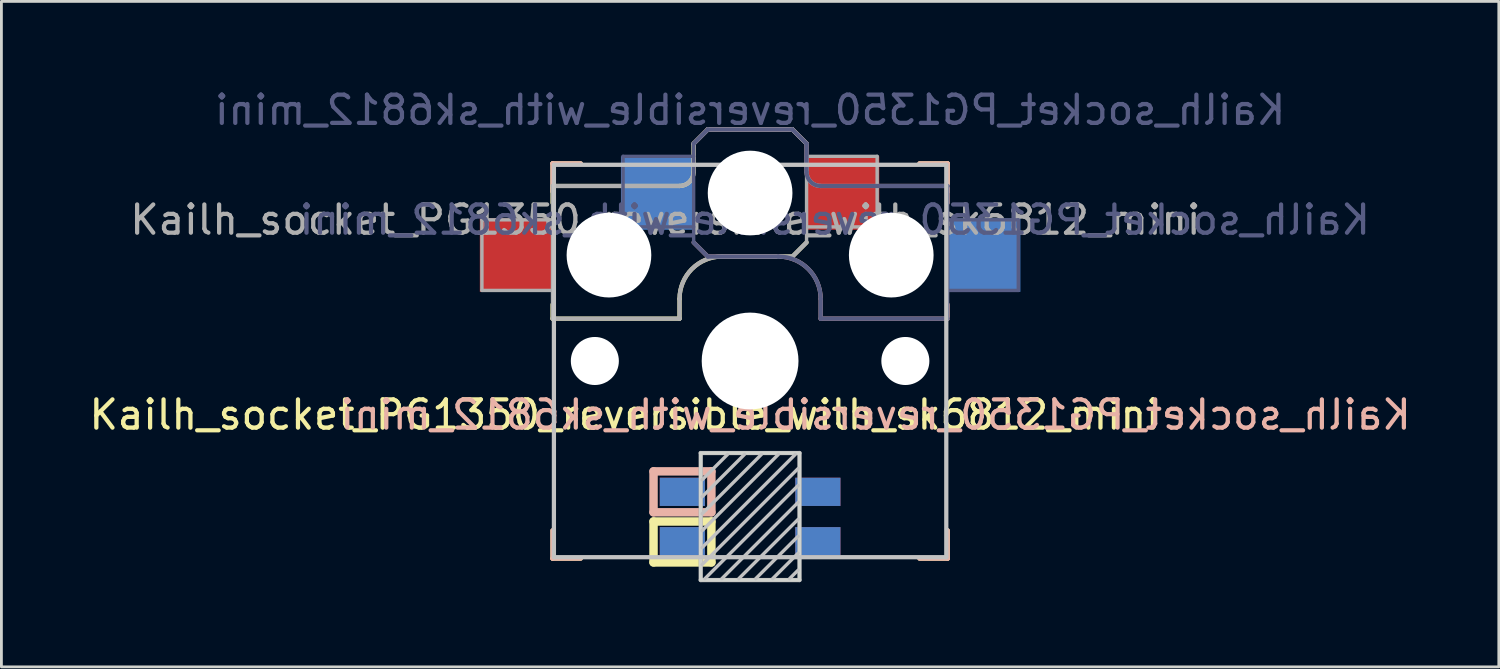
<source format=kicad_pcb>
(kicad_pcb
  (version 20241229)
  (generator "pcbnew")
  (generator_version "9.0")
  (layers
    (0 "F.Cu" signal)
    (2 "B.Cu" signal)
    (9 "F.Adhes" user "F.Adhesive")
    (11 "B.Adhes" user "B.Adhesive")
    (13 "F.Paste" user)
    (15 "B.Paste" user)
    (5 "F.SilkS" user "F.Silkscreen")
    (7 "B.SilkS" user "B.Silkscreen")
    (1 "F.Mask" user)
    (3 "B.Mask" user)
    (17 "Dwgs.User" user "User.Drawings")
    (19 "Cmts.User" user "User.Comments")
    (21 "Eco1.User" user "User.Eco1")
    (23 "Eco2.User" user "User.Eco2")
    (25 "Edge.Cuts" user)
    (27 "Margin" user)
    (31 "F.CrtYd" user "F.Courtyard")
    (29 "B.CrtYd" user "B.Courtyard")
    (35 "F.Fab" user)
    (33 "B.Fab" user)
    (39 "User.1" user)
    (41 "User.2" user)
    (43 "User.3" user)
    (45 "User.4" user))
  (footprint "Kailh_socket_PG1350_reversible_with_sk6812_mini"
    (layer "F.Cu")
    (at 23.522 9.748)
    (property "Reference" "Kailh_socket_PG1350_reversible_with_sk6812_mini" (at -4.445 1.895 180) (layer "F.SilkS") (effects (font (size 1 1) (thickness 0.15))))
    (property "Value" "Kailh_socket_PG1350_reversible_with_sk6812_mini" (at 0 -8.9 180) (layer "F.Fab") (hide yes) (effects (font (size 1 1) (thickness 0.15))))
    (attr smd)
    (fp_line (start -7 -7.01) (end -6 -7.01) (stroke (width 0.15) (type solid)) (layer "F.SilkS"))
    (fp_line (start -7 -6.21) (end -2.5 -6.21) (stroke (width 0.15) (type solid)) (layer "F.SilkS"))
    (fp_line (start -7 -6.01) (end -7 -7.01) (stroke (width 0.15) (type solid)) (layer "F.SilkS"))
    (fp_line (start -7 -5.61) (end -7 -6.21) (stroke (width 0.15) (type solid)) (layer "F.SilkS"))
    (fp_line (start -7 -1.51) (end -7 -2.01) (stroke (width 0.15) (type solid)) (layer "F.SilkS"))
    (fp_line (start -7 6.99) (end -7 5.99) (stroke (width 0.15) (type solid)) (layer "F.SilkS"))
    (fp_line (start -6 6.99) (end -7 6.99) (stroke (width 0.15) (type solid)) (layer "F.SilkS"))
    (fp_line (start -3.421 5.675) (end -1.371 5.675) (stroke (width 0.3) (type solid)) (layer "F.SilkS"))
    (fp_line (start -3.421 7.125) (end -3.421 5.675) (stroke (width 0.3) (type solid)) (layer "F.SilkS"))
    (fp_line (start -2.5 -2.21) (end -2.5 -1.51) (stroke (width 0.15) (type solid)) (layer "F.SilkS"))
    (fp_line (start -2.5 -1.51) (end -7 -1.51) (stroke (width 0.15) (type solid)) (layer "F.SilkS"))
    (fp_line (start -2 -6.71) (end -2 -7.71) (stroke (width 0.15) (type solid)) (layer "F.SilkS"))
    (fp_line (start -1.5 -8.21) (end -2 -7.71) (stroke (width 0.15) (type solid)) (layer "F.SilkS"))
    (fp_line (start -1.371 5.675) (end -1.371 7.125) (stroke (width 0.3) (type solid)) (layer "F.SilkS"))
    (fp_line (start -1.371 7.125) (end -3.421 7.125) (stroke (width 0.3) (type solid)) (layer "F.SilkS"))
    (fp_line (start 1.5 -8.21) (end -1.5 -8.21) (stroke (width 0.15) (type solid)) (layer "F.SilkS"))
    (fp_line (start 1.5 -3.71) (end -1 -3.71) (stroke (width 0.15) (type solid)) (layer "F.SilkS"))
    (fp_line (start 2 -7.71) (end 1.5 -8.21) (stroke (width 0.15) (type solid)) (layer "F.SilkS"))
    (fp_line (start 2 -4.21) (end 1.5 -3.71) (stroke (width 0.15) (type solid)) (layer "F.SilkS"))
    (fp_line (start 6 -7.01) (end 7 -7.01) (stroke (width 0.15) (type solid)) (layer "F.SilkS"))
    (fp_line (start 7 -7.01) (end 7 -6.01) (stroke (width 0.15) (type solid)) (layer "F.SilkS"))
    (fp_line (start 7 5.99) (end 7 6.99) (stroke (width 0.15) (type solid)) (layer "F.SilkS"))
    (fp_line (start 7 6.99) (end 6 6.99) (stroke (width 0.15) (type solid)) (layer "F.SilkS"))
    (fp_arc (start -2.5 -2.21) (mid -2.06066 -3.27066) (end -1 -3.71) (stroke (width 0.15) (type solid)) (layer "F.SilkS"))
    (fp_arc (start -2 -6.71) (mid -2.146447 -6.356447) (end -2.5 -6.21) (stroke (width 0.15) (type solid)) (layer "F.SilkS"))
    (fp_line (start -7 -7.01) (end -6 -7.01) (stroke (width 0.15) (type solid)) (layer "B.SilkS"))
    (fp_line (start -7 -6.01) (end -7 -7.01) (stroke (width 0.15) (type solid)) (layer "B.SilkS"))
    (fp_line (start -7 6.99) (end -7 5.99) (stroke (width 0.15) (type solid)) (layer "B.SilkS"))
    (fp_line (start -6 6.99) (end -7 6.99) (stroke (width 0.15) (type solid)) (layer "B.SilkS"))
    (fp_line (start -3.421 3.9) (end -1.371 3.9) (stroke (width 0.3) (type solid)) (layer "B.SilkS"))
    (fp_line (start -3.421 5.35) (end -3.421 3.9) (stroke (width 0.3) (type solid)) (layer "B.SilkS"))
    (fp_line (start -2 -7.71) (end -1.5 -8.21) (stroke (width 0.15) (type solid)) (layer "B.SilkS"))
    (fp_line (start -2 -4.21) (end -1.5 -3.71) (stroke (width 0.15) (type solid)) (layer "B.SilkS"))
    (fp_line (start -1.5 -8.21) (end 1.5 -8.21) (stroke (width 0.15) (type solid)) (layer "B.SilkS"))
    (fp_line (start -1.5 -3.71) (end 1 -3.71) (stroke (width 0.15) (type solid)) (layer "B.SilkS"))
    (fp_line (start -1.371 3.9) (end -1.371 5.35) (stroke (width 0.3) (type solid)) (layer "B.SilkS"))
    (fp_line (start -1.371 5.35) (end -3.421 5.35) (stroke (width 0.3) (type solid)) (layer "B.SilkS"))
    (fp_line (start 1.5 -8.21) (end 2 -7.71) (stroke (width 0.15) (type solid)) (layer "B.SilkS"))
    (fp_line (start 2 -6.71) (end 2 -7.71) (stroke (width 0.15) (type solid)) (layer "B.SilkS"))
    (fp_line (start 2.5 -2.21) (end 2.5 -1.51) (stroke (width 0.15) (type solid)) (layer "B.SilkS"))
    (fp_line (start 2.5 -1.51) (end 7 -1.51) (stroke (width 0.15) (type solid)) (layer "B.SilkS"))
    (fp_line (start 6 -7.01) (end 7 -7.01) (stroke (width 0.15) (type solid)) (layer "B.SilkS"))
    (fp_line (start 7 -7.01) (end 7 -6.01) (stroke (width 0.15) (type solid)) (layer "B.SilkS"))
    (fp_line (start 7 -6.21) (end 2.5 -6.21) (stroke (width 0.15) (type solid)) (layer "B.SilkS"))
    (fp_line (start 7 -5.61) (end 7 -6.21) (stroke (width 0.15) (type solid)) (layer "B.SilkS"))
    (fp_line (start 7 -1.51) (end 7 -2.01) (stroke (width 0.15) (type solid)) (layer "B.SilkS"))
    (fp_line (start 7 5.99) (end 7 6.99) (stroke (width 0.15) (type solid)) (layer "B.SilkS"))
    (fp_line (start 7 6.99) (end 6 6.99) (stroke (width 0.15) (type solid)) (layer "B.SilkS"))
    (fp_arc (start 1 -3.71) (mid 2.06066 -3.27066) (end 2.5 -2.21) (stroke (width 0.15) (type solid)) (layer "B.SilkS"))
    (fp_arc (start 2.5 -6.21) (mid 2.146447 -6.356447) (end 2 -6.71) (stroke (width 0.15) (type solid)) (layer "B.SilkS"))
    (fp_line (start -6.95 6.94) (end -6.95 -6.96) (stroke (width 0.15) (type solid)) (layer "Dwgs.User"))
    (fp_line (start -6.95 6.94) (end 6.95 6.94) (stroke (width 0.15) (type solid)) (layer "Dwgs.User"))
    (fp_line (start -0.8 3.3) (end -1.7 4.2) (stroke (width 0.12) (type solid)) (layer "Dwgs.User"))
    (fp_line (start -0.2 3.3) (end -1.7 4.8) (stroke (width 0.12) (type solid)) (layer "Dwgs.User"))
    (fp_line (start 0.4 3.3) (end -1.7 5.4) (stroke (width 0.12) (type solid)) (layer "Dwgs.User"))
    (fp_line (start 1 3.3) (end -1.7 6) (stroke (width 0.12) (type solid)) (layer "Dwgs.User"))
    (fp_line (start 1.6 3.3) (end -1.7 6.6) (stroke (width 0.12) (type solid)) (layer "Dwgs.User"))
    (fp_line (start 1.7 3.8) (end -1.7 7.2) (stroke (width 0.12) (type solid)) (layer "Dwgs.User"))
    (fp_line (start 1.7 4.4) (end -1.6 7.7) (stroke (width 0.12) (type solid)) (layer "Dwgs.User"))
    (fp_line (start 1.7 5) (end -1 7.7) (stroke (width 0.12) (type solid)) (layer "Dwgs.User"))
    (fp_line (start 1.7 5.6) (end -0.4 7.7) (stroke (width 0.12) (type solid)) (layer "Dwgs.User"))
    (fp_line (start 1.7 6.2) (end 0.2 7.7) (stroke (width 0.12) (type solid)) (layer "Dwgs.User"))
    (fp_line (start 1.7 6.8) (end 0.8 7.7) (stroke (width 0.12) (type solid)) (layer "Dwgs.User"))
    (fp_line (start 1.7 7.4) (end 1.4 7.7) (stroke (width 0.12) (type solid)) (layer "Dwgs.User"))
    (fp_line (start 6.95 -6.96) (end -6.95 -6.96) (stroke (width 0.15) (type solid)) (layer "Dwgs.User"))
    (fp_line (start 6.95 -6.96) (end 6.95 6.94) (stroke (width 0.15) (type solid)) (layer "Dwgs.User"))
    (fp_rect (start 1.75 7.75) (end -1.75 3.25) (stroke (width 0.12) (type solid)) (fill no) (layer "Edge.Cuts"))
    (fp_line (start -4.5 -7.26) (end -2 -7.26) (stroke (width 0.12) (type solid)) (layer "B.Fab"))
    (fp_line (start -4.5 -4.76) (end -4.5 -7.26) (stroke (width 0.12) (type solid)) (layer "B.Fab"))
    (fp_line (start -2 -7.71) (end -1.5 -8.21) (stroke (width 0.15) (type solid)) (layer "B.Fab"))
    (fp_line (start -2 -4.76) (end -4.5 -4.76) (stroke (width 0.12) (type solid)) (layer "B.Fab"))
    (fp_line (start -2 -4.26) (end -2 -7.71) (stroke (width 0.12) (type solid)) (layer "B.Fab"))
    (fp_line (start -2 -4.21) (end -1.5 -3.71) (stroke (width 0.15) (type solid)) (layer "B.Fab"))
    (fp_line (start -1.5 -8.21) (end 1.5 -8.21) (stroke (width 0.15) (type solid)) (layer "B.Fab"))
    (fp_line (start -1.5 -3.71) (end 1 -3.71) (stroke (width 0.15) (type solid)) (layer "B.Fab"))
    (fp_line (start 1.5 -8.21) (end 2 -7.71) (stroke (width 0.15) (type solid)) (layer "B.Fab"))
    (fp_line (start 2 -6.71) (end 2 -7.71) (stroke (width 0.15) (type solid)) (layer "B.Fab"))
    (fp_line (start 2.5 -2.21) (end 2.5 -1.51) (stroke (width 0.15) (type solid)) (layer "B.Fab"))
    (fp_line (start 2.5 -1.51) (end 7 -1.51) (stroke (width 0.15) (type solid)) (layer "B.Fab"))
    (fp_line (start 7 -6.21) (end 2.5 -6.21) (stroke (width 0.15) (type solid)) (layer "B.Fab"))
    (fp_line (start 7 -5.01) (end 9.5 -5.01) (stroke (width 0.12) (type solid)) (layer "B.Fab"))
    (fp_line (start 7 -1.51) (end 7 -6.21) (stroke (width 0.12) (type solid)) (layer "B.Fab"))
    (fp_line (start 9.5 -5.01) (end 9.5 -2.51) (stroke (width 0.12) (type solid)) (layer "B.Fab"))
    (fp_line (start 9.5 -2.51) (end 7 -2.51) (stroke (width 0.12) (type solid)) (layer "B.Fab"))
    (fp_arc (start 1 -3.71) (mid 2.06066 -3.27066) (end 2.5 -2.21) (stroke (width 0.15) (type solid)) (layer "B.Fab"))
    (fp_arc (start 2.5 -6.21) (mid 2.146447 -6.356447) (end 2 -6.71) (stroke (width 0.15) (type solid)) (layer "B.Fab"))
    (fp_line (start -9.5 -5.01) (end -9.5 -2.51) (stroke (width 0.12) (type solid)) (layer "F.Fab"))
    (fp_line (start -9.5 -2.51) (end -7 -2.51) (stroke (width 0.12) (type solid)) (layer "F.Fab"))
    (fp_line (start -7 -6.21) (end -2.5 -6.21) (stroke (width 0.15) (type solid)) (layer "F.Fab"))
    (fp_line (start -7 -5.01) (end -9.5 -5.01) (stroke (width 0.12) (type solid)) (layer "F.Fab"))
    (fp_line (start -7 -1.51) (end -7 -6.21) (stroke (width 0.12) (type solid)) (layer "F.Fab"))
    (fp_line (start -2.5 -2.21) (end -2.5 -1.51) (stroke (width 0.15) (type solid)) (layer "F.Fab"))
    (fp_line (start -2.5 -1.51) (end -7 -1.51) (stroke (width 0.15) (type solid)) (layer "F.Fab"))
    (fp_line (start -2 -6.71) (end -2 -7.71) (stroke (width 0.15) (type solid)) (layer "F.Fab"))
    (fp_line (start -1.75 3.25) (end -1.75 7.75) (stroke (width 0.15) (type solid)) (layer "F.Fab"))
    (fp_line (start -1.75 3.25) (end 1.75 3.25) (stroke (width 0.15) (type solid)) (layer "F.Fab"))
    (fp_line (start -1.5 -8.21) (end -2 -7.71) (stroke (width 0.15) (type solid)) (layer "F.Fab"))
    (fp_line (start 1.5 -8.21) (end -1.5 -8.21) (stroke (width 0.15) (type solid)) (layer "F.Fab"))
    (fp_line (start 1.5 -3.71) (end -1 -3.71) (stroke (width 0.15) (type solid)) (layer "F.Fab"))
    (fp_line (start 1.75 3.25) (end 1.75 7.75) (stroke (width 0.15) (type solid)) (layer "F.Fab"))
    (fp_line (start 1.75 7.75) (end -1.75 7.75) (stroke (width 0.15) (type solid)) (layer "F.Fab"))
    (fp_line (start 2 -7.71) (end 1.5 -8.21) (stroke (width 0.15) (type solid)) (layer "F.Fab"))
    (fp_line (start 2 -4.76) (end 4.5 -4.76) (stroke (width 0.12) (type solid)) (layer "F.Fab"))
    (fp_line (start 2 -4.26) (end 2 -7.71) (stroke (width 0.12) (type solid)) (layer "F.Fab"))
    (fp_line (start 2 -4.21) (end 1.5 -3.71) (stroke (width 0.15) (type solid)) (layer "F.Fab"))
    (fp_line (start 4.5 -7.26) (end 2 -7.26) (stroke (width 0.12) (type solid)) (layer "F.Fab"))
    (fp_line (start 4.5 -4.76) (end 4.5 -7.26) (stroke (width 0.12) (type solid)) (layer "F.Fab"))
    (fp_arc (start -2.5 -2.21) (mid -2.06066 -3.27066) (end -1 -3.71) (stroke (width 0.15) (type solid)) (layer "F.Fab"))
    (fp_arc (start -2 -6.71) (mid -2.146447 -6.356447) (end -2.5 -6.21) (stroke (width 0.15) (type solid)) (layer "F.Fab"))
    (fp_text user "${REFERENCE}" (at 4.445 1.895 180) (layer "B.SilkS") (effects (font (size 1 1) (thickness 0.15)) (justify mirror)))
    (fp_text user "${VALUE}" (at 0 -8.9 180) (layer "B.Fab") (effects (font (size 1 1) (thickness 0.15)) (justify mirror)))
    (fp_text user "${REFERENCE}" (at 3 -5.01 180) (layer "B.Fab") (effects (font (size 1 1) (thickness 0.15)) (justify mirror)))
    (fp_text user "${REFERENCE}" (at -3 -5.01 0) (layer "F.Fab") (effects (font (size 1 1) (thickness 0.15))))
    (pad "" np_thru_hole circle (at -5.5 -0.01 180) (size 1.702 1.702) (drill 1.702) (layers "*.Cu" "*.Mask"))
    (pad "" np_thru_hole circle (at -5 -3.76 180) (size 3 3) (drill 3) (layers "*.Cu" "*.Mask"))
    (pad "" np_thru_hole circle (at 0 -5.96 180) (size 3 3) (drill 3) (layers "*.Cu" "*.Mask"))
    (pad "" np_thru_hole circle (at 0 -0.01 180) (size 3.429 3.429) (drill 3.429) (layers "*.Cu" "*.Mask"))
    (pad "" np_thru_hole circle (at 5 -3.76 180) (size 3 3) (drill 3) (layers "*.Cu" "*.Mask"))
    (pad "" np_thru_hole circle (at 5.5 -0.01 180) (size 1.702 1.702) (drill 1.702) (layers "*.Cu" "*.Mask"))
    (pad "1" smd rect (at -2.4 4.625) (size 1.6 1) (layers "B.Cu" "B.Mask" "B.Paste"))
    (pad "1" smd rect (at -2.4 6.375) (size 1.6 1) (layers "F.Cu" "F.Mask" "F.Paste"))
    (pad "2" smd rect (at -2.4 4.625) (size 1.6 1) (layers "F.Cu" "F.Mask" "F.Paste"))
    (pad "2" smd rect (at -2.4 6.375) (size 1.6 1) (layers "B.Cu" "B.Mask" "B.Paste"))
    (pad "3" smd rect (at 2.4 4.625) (size 1.6 1) (layers "F.Cu" "F.Mask" "F.Paste"))
    (pad "3" smd rect (at 2.4 6.375) (size 1.6 1) (layers "B.Cu" "B.Mask" "B.Paste"))
    (pad "4" smd rect (at 2.4 4.625) (size 1.6 1) (layers "B.Cu" "B.Mask" "B.Paste"))
    (pad "4" smd rect (at 2.4 6.375) (size 1.6 1) (layers "F.Cu" "F.Mask" "F.Paste"))
    (pad "5" smd rect (at -3.275 -5.96 180) (size 2.6 2.6) (layers "B.Cu" "B.Mask" "B.Paste"))
    (pad "5" smd rect (at 3.275 -5.96 180) (size 2.6 2.6) (layers "F.Cu" "F.Mask" "F.Paste"))
    (pad "6" smd rect (at -8.275 -3.76 180) (size 2.6 2.6) (layers "F.Cu" "F.Mask" "F.Paste"))
    (pad "6" smd rect (at 8.275 -3.76 180) (size 2.6 2.6) (layers "B.Cu" "B.Mask" "B.Paste")))
  (gr_rect
    (start -3 -3)
    (end 50.045 20.573)
    (stroke (width 0.1) (type default))
    (fill no)
    (layer "Edge.Cuts")))
</source>
